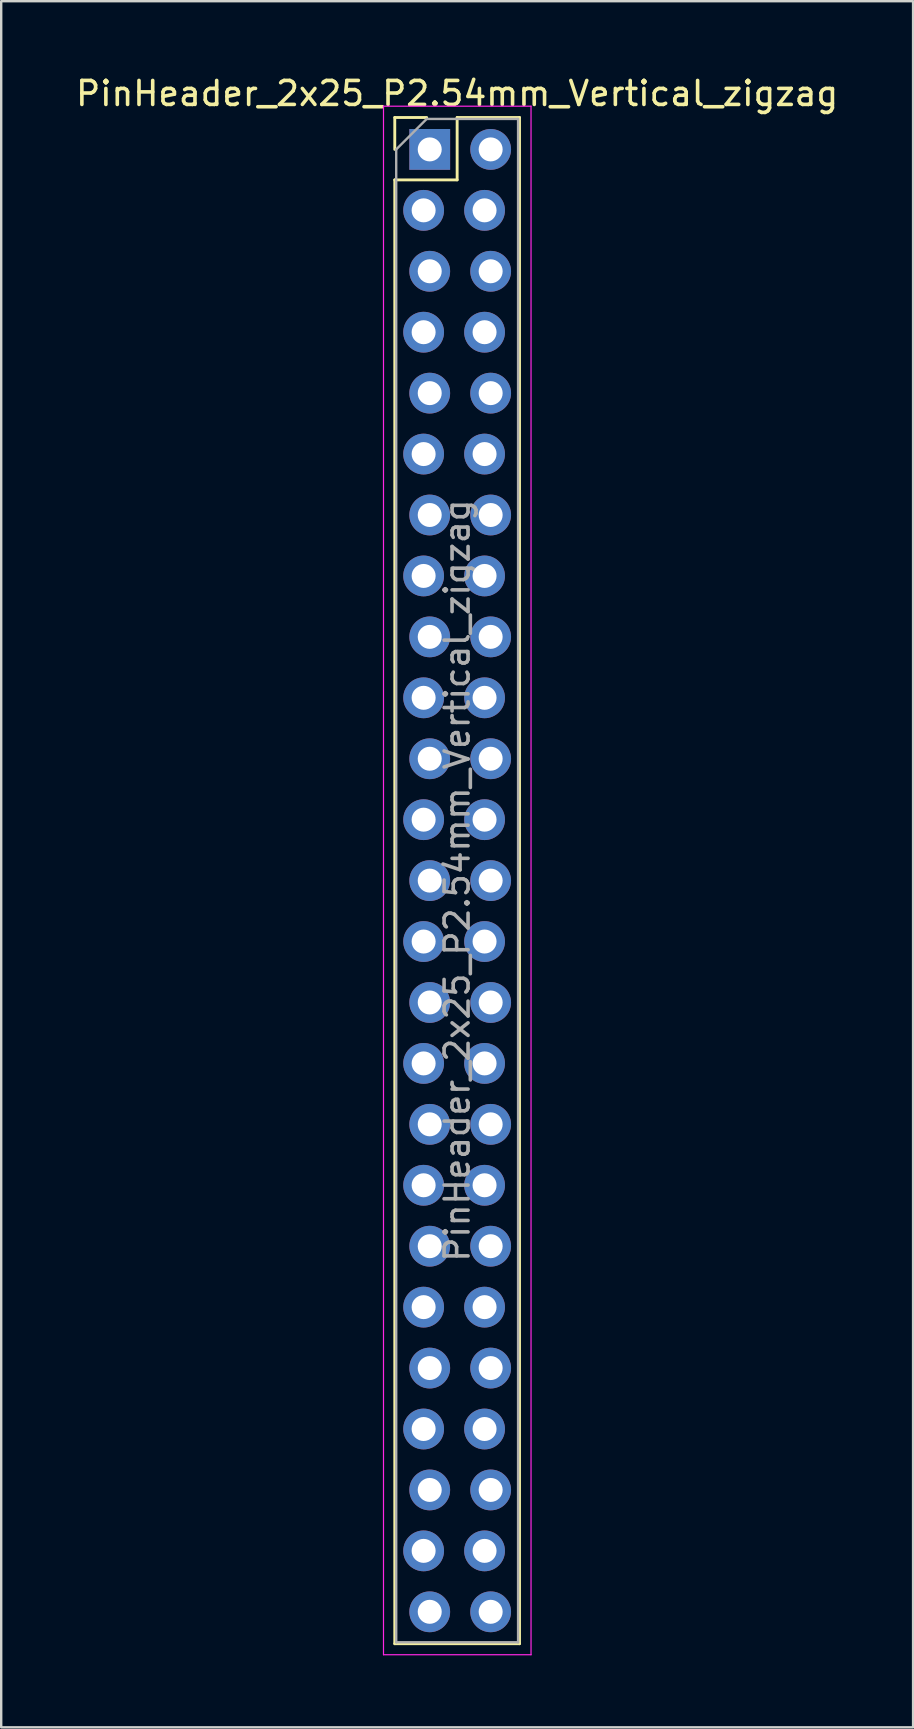
<source format=kicad_pcb>
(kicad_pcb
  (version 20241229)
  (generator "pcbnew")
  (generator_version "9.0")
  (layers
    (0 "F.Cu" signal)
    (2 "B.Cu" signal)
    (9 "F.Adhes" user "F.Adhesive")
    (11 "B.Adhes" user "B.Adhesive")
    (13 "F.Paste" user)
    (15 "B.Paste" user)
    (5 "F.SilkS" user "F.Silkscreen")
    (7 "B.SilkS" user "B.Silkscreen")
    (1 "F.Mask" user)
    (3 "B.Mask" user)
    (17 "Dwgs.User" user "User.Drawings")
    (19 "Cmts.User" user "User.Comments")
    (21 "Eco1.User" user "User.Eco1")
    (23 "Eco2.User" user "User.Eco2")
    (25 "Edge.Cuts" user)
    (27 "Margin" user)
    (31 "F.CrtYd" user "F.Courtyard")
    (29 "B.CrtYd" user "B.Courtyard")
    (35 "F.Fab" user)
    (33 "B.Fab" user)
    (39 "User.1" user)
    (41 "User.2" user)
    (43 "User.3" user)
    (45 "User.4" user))
  (footprint "PinHeader_2x25_P2.54mm_Vertical_zigzag"
    (layer "F.Cu")
    (at 14.736 3.178)
    (property "Reference" "PinHeader_2x25_P2.54mm_Vertical_zigzag" (at 1.27 -2.33 0) (layer "F.SilkS") (effects (font (size 1 1) (thickness 0.15))))
    (attr through_hole)
    (fp_line (start -1.33 -1.33) (end 0 -1.33) (stroke (width 0.12) (type solid)) (layer "F.SilkS"))
    (fp_line (start -1.33 0) (end -1.33 -1.33) (stroke (width 0.12) (type solid)) (layer "F.SilkS"))
    (fp_line (start -1.33 1.27) (end -1.33 62.29) (stroke (width 0.12) (type solid)) (layer "F.SilkS"))
    (fp_line (start -1.33 1.27) (end 1.27 1.27) (stroke (width 0.12) (type solid)) (layer "F.SilkS"))
    (fp_line (start -1.33 62.29) (end 3.87 62.29) (stroke (width 0.12) (type solid)) (layer "F.SilkS"))
    (fp_line (start 1.27 -1.33) (end 3.87 -1.33) (stroke (width 0.12) (type solid)) (layer "F.SilkS"))
    (fp_line (start 1.27 1.27) (end 1.27 -1.33) (stroke (width 0.12) (type solid)) (layer "F.SilkS"))
    (fp_line (start 3.87 -1.33) (end 3.87 62.29) (stroke (width 0.12) (type solid)) (layer "F.SilkS"))
    (fp_line (start -1.8 -1.8) (end -1.8 62.75) (stroke (width 0.05) (type solid)) (layer "F.CrtYd"))
    (fp_line (start -1.8 62.75) (end 4.35 62.75) (stroke (width 0.05) (type solid)) (layer "F.CrtYd"))
    (fp_line (start 4.35 -1.8) (end -1.8 -1.8) (stroke (width 0.05) (type solid)) (layer "F.CrtYd"))
    (fp_line (start 4.35 62.75) (end 4.35 -1.8) (stroke (width 0.05) (type solid)) (layer "F.CrtYd"))
    (fp_line (start -1.27 0) (end 0 -1.27) (stroke (width 0.1) (type solid)) (layer "F.Fab"))
    (fp_line (start -1.27 62.23) (end -1.27 0) (stroke (width 0.1) (type solid)) (layer "F.Fab"))
    (fp_line (start 0 -1.27) (end 3.81 -1.27) (stroke (width 0.1) (type solid)) (layer "F.Fab"))
    (fp_line (start 3.81 -1.27) (end 3.81 62.23) (stroke (width 0.1) (type solid)) (layer "F.Fab"))
    (fp_line (start 3.81 62.23) (end -1.27 62.23) (stroke (width 0.1) (type solid)) (layer "F.Fab"))
    (fp_text user "${REFERENCE}" (at 1.27 30.48 90) (layer "F.Fab") (effects (font (size 1 1) (thickness 0.15))))
    (pad "1" thru_hole rect (at 0.127 0) (size 1.7 1.7) (drill 1) (layers "*.Cu" "*.Mask"))
    (pad "2" thru_hole oval (at 2.667 0) (size 1.7 1.7) (drill 1) (layers "*.Cu" "*.Mask"))
    (pad "3" thru_hole oval (at -0.127 2.54) (size 1.7 1.7) (drill 1) (layers "*.Cu" "*.Mask"))
    (pad "4" thru_hole oval (at 2.413 2.54) (size 1.7 1.7) (drill 1) (layers "*.Cu" "*.Mask"))
    (pad "5" thru_hole oval (at 0.127 5.08) (size 1.7 1.7) (drill 1) (layers "*.Cu" "*.Mask"))
    (pad "6" thru_hole oval (at 2.667 5.08) (size 1.7 1.7) (drill 1) (layers "*.Cu" "*.Mask"))
    (pad "7" thru_hole oval (at -0.127 7.62) (size 1.7 1.7) (drill 1) (layers "*.Cu" "*.Mask"))
    (pad "8" thru_hole oval (at 2.413 7.62) (size 1.7 1.7) (drill 1) (layers "*.Cu" "*.Mask"))
    (pad "9" thru_hole oval (at 0.127 10.16) (size 1.7 1.7) (drill 1) (layers "*.Cu" "*.Mask"))
    (pad "10" thru_hole oval (at 2.667 10.16) (size 1.7 1.7) (drill 1) (layers "*.Cu" "*.Mask"))
    (pad "11" thru_hole oval (at -0.127 12.7) (size 1.7 1.7) (drill 1) (layers "*.Cu" "*.Mask"))
    (pad "12" thru_hole oval (at 2.413 12.7) (size 1.7 1.7) (drill 1) (layers "*.Cu" "*.Mask"))
    (pad "13" thru_hole oval (at 0.127 15.24) (size 1.7 1.7) (drill 1) (layers "*.Cu" "*.Mask"))
    (pad "14" thru_hole oval (at 2.667 15.24) (size 1.7 1.7) (drill 1) (layers "*.Cu" "*.Mask"))
    (pad "15" thru_hole oval (at -0.127 17.78) (size 1.7 1.7) (drill 1) (layers "*.Cu" "*.Mask"))
    (pad "16" thru_hole oval (at 2.413 17.78) (size 1.7 1.7) (drill 1) (layers "*.Cu" "*.Mask"))
    (pad "17" thru_hole oval (at 0.127 20.32) (size 1.7 1.7) (drill 1) (layers "*.Cu" "*.Mask"))
    (pad "18" thru_hole oval (at 2.667 20.32) (size 1.7 1.7) (drill 1) (layers "*.Cu" "*.Mask"))
    (pad "19" thru_hole oval (at -0.127 22.86) (size 1.7 1.7) (drill 1) (layers "*.Cu" "*.Mask"))
    (pad "20" thru_hole oval (at 2.413 22.86) (size 1.7 1.7) (drill 1) (layers "*.Cu" "*.Mask"))
    (pad "21" thru_hole oval (at 0.127 25.4) (size 1.7 1.7) (drill 1) (layers "*.Cu" "*.Mask"))
    (pad "22" thru_hole oval (at 2.667 25.4) (size 1.7 1.7) (drill 1) (layers "*.Cu" "*.Mask"))
    (pad "23" thru_hole oval (at -0.127 27.94) (size 1.7 1.7) (drill 1) (layers "*.Cu" "*.Mask"))
    (pad "24" thru_hole oval (at 2.413 27.94) (size 1.7 1.7) (drill 1) (layers "*.Cu" "*.Mask"))
    (pad "25" thru_hole oval (at 0.127 30.48) (size 1.7 1.7) (drill 1) (layers "*.Cu" "*.Mask"))
    (pad "26" thru_hole oval (at 2.667 30.48) (size 1.7 1.7) (drill 1) (layers "*.Cu" "*.Mask"))
    (pad "27" thru_hole oval (at -0.127 33.02) (size 1.7 1.7) (drill 1) (layers "*.Cu" "*.Mask"))
    (pad "28" thru_hole oval (at 2.413 33.02) (size 1.7 1.7) (drill 1) (layers "*.Cu" "*.Mask"))
    (pad "29" thru_hole oval (at 0.127 35.56) (size 1.7 1.7) (drill 1) (layers "*.Cu" "*.Mask"))
    (pad "30" thru_hole oval (at 2.667 35.56) (size 1.7 1.7) (drill 1) (layers "*.Cu" "*.Mask"))
    (pad "31" thru_hole oval (at -0.127 38.1) (size 1.7 1.7) (drill 1) (layers "*.Cu" "*.Mask"))
    (pad "32" thru_hole oval (at 2.413 38.1) (size 1.7 1.7) (drill 1) (layers "*.Cu" "*.Mask"))
    (pad "33" thru_hole oval (at 0.127 40.64) (size 1.7 1.7) (drill 1) (layers "*.Cu" "*.Mask"))
    (pad "34" thru_hole oval (at 2.667 40.64) (size 1.7 1.7) (drill 1) (layers "*.Cu" "*.Mask"))
    (pad "35" thru_hole oval (at -0.127 43.18) (size 1.7 1.7) (drill 1) (layers "*.Cu" "*.Mask"))
    (pad "36" thru_hole oval (at 2.413 43.18) (size 1.7 1.7) (drill 1) (layers "*.Cu" "*.Mask"))
    (pad "37" thru_hole oval (at 0.127 45.72) (size 1.7 1.7) (drill 1) (layers "*.Cu" "*.Mask"))
    (pad "38" thru_hole oval (at 2.667 45.72) (size 1.7 1.7) (drill 1) (layers "*.Cu" "*.Mask"))
    (pad "39" thru_hole oval (at -0.127 48.26) (size 1.7 1.7) (drill 1) (layers "*.Cu" "*.Mask"))
    (pad "40" thru_hole oval (at 2.413 48.26) (size 1.7 1.7) (drill 1) (layers "*.Cu" "*.Mask"))
    (pad "41" thru_hole oval (at 0.127 50.8) (size 1.7 1.7) (drill 1) (layers "*.Cu" "*.Mask"))
    (pad "42" thru_hole oval (at 2.667 50.8) (size 1.7 1.7) (drill 1) (layers "*.Cu" "*.Mask"))
    (pad "43" thru_hole oval (at -0.127 53.34) (size 1.7 1.7) (drill 1) (layers "*.Cu" "*.Mask"))
    (pad "44" thru_hole oval (at 2.413 53.34) (size 1.7 1.7) (drill 1) (layers "*.Cu" "*.Mask"))
    (pad "45" thru_hole oval (at 0.127 55.88) (size 1.7 1.7) (drill 1) (layers "*.Cu" "*.Mask"))
    (pad "46" thru_hole oval (at 2.667 55.88) (size 1.7 1.7) (drill 1) (layers "*.Cu" "*.Mask"))
    (pad "47" thru_hole oval (at -0.127 58.42) (size 1.7 1.7) (drill 1) (layers "*.Cu" "*.Mask"))
    (pad "48" thru_hole oval (at 2.413 58.42) (size 1.7 1.7) (drill 1) (layers "*.Cu" "*.Mask"))
    (pad "49" thru_hole oval (at 0.127 60.96) (size 1.7 1.7) (drill 1) (layers "*.Cu" "*.Mask"))
    (pad "50" thru_hole oval (at 2.667 60.96) (size 1.7 1.7) (drill 1) (layers "*.Cu" "*.Mask")))
  (gr_rect
    (start -3 -3)
    (end 35.012 68.953)
    (stroke (width 0.1) (type default))
    (fill no)
    (layer "Edge.Cuts")))
</source>
